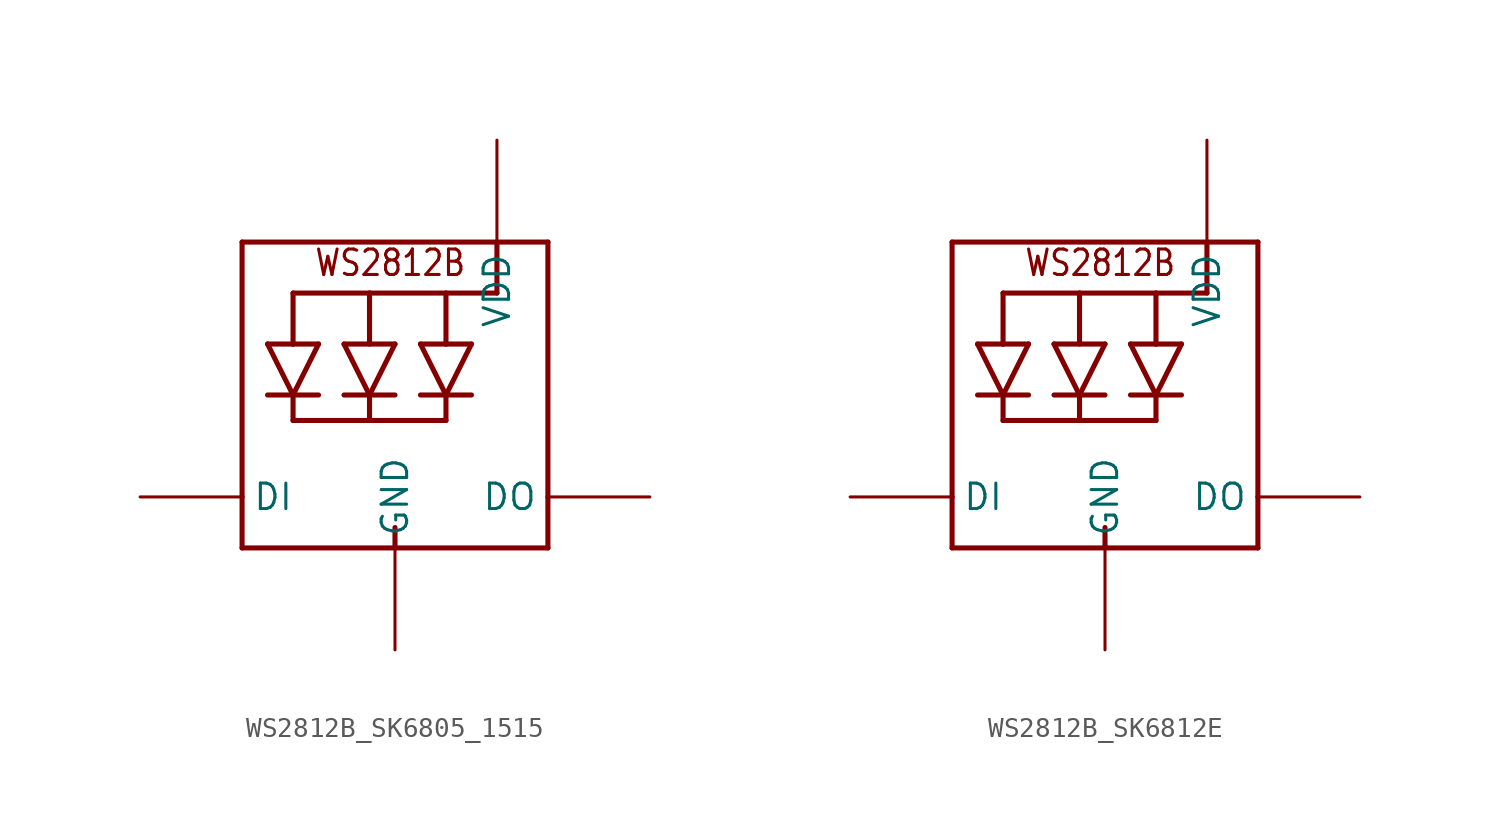
<source format=kicad_sym>
(kicad_symbol_lib
  (version 20231120)
  (generator "kicad_symbol_editor")
  (generator_version "8.0")
  (symbol "WS2812B_SK6805_1515"
    (property "Reference" "LED"
      (at 0 0 0)
      (effects (font (size 1.27 1.27)) (hide yes)))
    (property "ki_locked" ""
      (at 0 0 0)
      (effects (font (size 1.27 1.27))))
    (symbol "WS2812B_SK6805_1515_1_0"
      (polyline (pts (xy -7.62 -5.08) (xy 0 -5.08)) (stroke (width 0.254) (type solid)) (fill (type none)))
      (polyline (pts (xy -7.62 -2.54) (xy -7.62 -5.08)) (stroke (width 0.254) (type solid)) (fill (type none)))
      (polyline (pts (xy -7.62 10.16) (xy -7.62 -2.54)) (stroke (width 0.254) (type solid)) (fill (type none)))
      (polyline (pts (xy -6.35 2.54) (xy -5.08 2.54)) (stroke (width 0.254) (type solid)) (fill (type none)))
      (polyline (pts (xy -6.35 5.08) (xy -5.08 5.08)) (stroke (width 0.254) (type solid)) (fill (type none)))
      (polyline (pts (xy -5.08 2.54) (xy -6.35 5.08)) (stroke (width 0.254) (type solid)) (fill (type none)))
      (polyline (pts (xy -5.08 2.54) (xy -5.08 1.27)) (stroke (width 0.254) (type solid)) (fill (type none)))
      (polyline (pts (xy -5.08 2.54) (xy -3.81 5.08)) (stroke (width 0.254) (type solid)) (fill (type none)))
      (polyline (pts (xy -5.08 5.08) (xy -3.81 5.08)) (stroke (width 0.254) (type solid)) (fill (type none)))
      (polyline (pts (xy -5.08 7.62) (xy -5.08 5.08)) (stroke (width 0.254) (type solid)) (fill (type none)))
      (polyline (pts (xy -3.81 2.54) (xy -5.08 2.54)) (stroke (width 0.254) (type solid)) (fill (type none)))
      (polyline (pts (xy -2.54 2.54) (xy -1.27 2.54)) (stroke (width 0.254) (type solid)) (fill (type none)))
      (polyline (pts (xy -2.54 5.08) (xy 0 5.08)) (stroke (width 0.254) (type solid)) (fill (type none)))
      (polyline (pts (xy -1.27 1.27) (xy -5.08 1.27)) (stroke (width 0.254) (type solid)) (fill (type none)))
      (polyline (pts (xy -1.27 2.54) (xy -2.54 5.08)) (stroke (width 0.254) (type solid)) (fill (type none)))
      (polyline (pts (xy -1.27 2.54) (xy -1.27 1.27)) (stroke (width 0.254) (type solid)) (fill (type none)))
      (polyline (pts (xy -1.27 2.54) (xy 0 2.54)) (stroke (width 0.254) (type solid)) (fill (type none)))
      (polyline (pts (xy -1.27 5.08) (xy -1.27 7.62)) (stroke (width 0.254) (type solid)) (fill (type none)))
      (polyline (pts (xy -1.27 7.62) (xy -5.08 7.62)) (stroke (width 0.254) (type solid)) (fill (type none)))
      (polyline (pts (xy 0 -5.08) (xy 7.62 -5.08)) (stroke (width 0.254) (type solid)) (fill (type none)))
      (polyline (pts (xy 0 -4.064) (xy 0 -5.08)) (stroke (width 0.254) (type solid)) (fill (type none)))
      (polyline (pts (xy 0 5.08) (xy -1.27 2.54)) (stroke (width 0.254) (type solid)) (fill (type none)))
      (polyline (pts (xy 1.27 5.08) (xy 2.54 2.54)) (stroke (width 0.254) (type solid)) (fill (type none)))
      (polyline (pts (xy 1.27 5.08) (xy 2.54 5.08)) (stroke (width 0.254) (type solid)) (fill (type none)))
      (polyline (pts (xy 2.54 1.27) (xy -1.27 1.27)) (stroke (width 0.254) (type solid)) (fill (type none)))
      (polyline (pts (xy 2.54 2.54) (xy 1.27 2.54)) (stroke (width 0.254) (type solid)) (fill (type none)))
      (polyline (pts (xy 2.54 2.54) (xy 2.54 1.27)) (stroke (width 0.254) (type solid)) (fill (type none)))
      (polyline (pts (xy 2.54 2.54) (xy 3.81 2.54)) (stroke (width 0.254) (type solid)) (fill (type none)))
      (polyline (pts (xy 2.54 2.54) (xy 3.81 5.08)) (stroke (width 0.254) (type solid)) (fill (type none)))
      (polyline (pts (xy 2.54 5.08) (xy 2.54 7.62)) (stroke (width 0.254) (type solid)) (fill (type none)))
      (polyline (pts (xy 2.54 7.62) (xy -1.27 7.62)) (stroke (width 0.254) (type solid)) (fill (type none)))
      (polyline (pts (xy 2.54 7.62) (xy 5.08 7.62)) (stroke (width 0.254) (type solid)) (fill (type none)))
      (polyline (pts (xy 3.81 5.08) (xy 2.54 5.08)) (stroke (width 0.254) (type solid)) (fill (type none)))
      (polyline (pts (xy 5.08 10.16) (xy -7.62 10.16)) (stroke (width 0.254) (type solid)) (fill (type none)))
      (polyline (pts (xy 5.08 10.16) (xy 5.08 7.62)) (stroke (width 0.254) (type solid)) (fill (type none)))
      (polyline (pts (xy 7.62 -5.08) (xy 7.62 -2.54)) (stroke (width 0.254) (type solid)) (fill (type none)))
      (polyline (pts (xy 7.62 -2.54) (xy 7.62 10.16)) (stroke (width 0.254) (type solid)) (fill (type none)))
      (polyline (pts (xy 7.62 10.16) (xy 5.08 10.16)) (stroke (width 0.254) (type solid)) (fill (type none)))
      (text "WS2812B" (at -4.064 8.382 0) (effects (font (size 1.27 1.079)) (justify left bottom)))
      (pin input line (at -12.7 -2.54 0) (length 5.08) (name "DI" (effects (font (size 1.27 1.27)))) (number "1" (effects (font (size 0 0)))))
      (pin power_in line (at 5.08 15.24 270) (length 5.08) (name "VDD" (effects (font (size 1.27 1.27)))) (number "2" (effects (font (size 0 0)))))
      (pin output line (at 12.7 -2.54 180) (length 5.08) (name "DO" (effects (font (size 1.27 1.27)))) (number "3" (effects (font (size 0 0)))))
      (pin power_in line (at 0 -10.16 90) (length 5.08) (name "GND" (effects (font (size 1.27 1.27)))) (number "4" (effects (font (size 0 0)))))))
  (symbol "WS2812B_SK6812E"
    (property "Reference" "LED"
      (at 0 0 0)
      (effects (font (size 1.27 1.27)) (hide yes)))
    (property "ki_locked" ""
      (at 0 0 0)
      (effects (font (size 1.27 1.27))))
    (symbol "WS2812B_SK6812E_1_0"
      (polyline (pts (xy -7.62 -5.08) (xy 0 -5.08)) (stroke (width 0.254) (type solid)) (fill (type none)))
      (polyline (pts (xy -7.62 -2.54) (xy -7.62 -5.08)) (stroke (width 0.254) (type solid)) (fill (type none)))
      (polyline (pts (xy -7.62 10.16) (xy -7.62 -2.54)) (stroke (width 0.254) (type solid)) (fill (type none)))
      (polyline (pts (xy -6.35 2.54) (xy -5.08 2.54)) (stroke (width 0.254) (type solid)) (fill (type none)))
      (polyline (pts (xy -6.35 5.08) (xy -5.08 5.08)) (stroke (width 0.254) (type solid)) (fill (type none)))
      (polyline (pts (xy -5.08 2.54) (xy -6.35 5.08)) (stroke (width 0.254) (type solid)) (fill (type none)))
      (polyline (pts (xy -5.08 2.54) (xy -5.08 1.27)) (stroke (width 0.254) (type solid)) (fill (type none)))
      (polyline (pts (xy -5.08 2.54) (xy -3.81 5.08)) (stroke (width 0.254) (type solid)) (fill (type none)))
      (polyline (pts (xy -5.08 5.08) (xy -3.81 5.08)) (stroke (width 0.254) (type solid)) (fill (type none)))
      (polyline (pts (xy -5.08 7.62) (xy -5.08 5.08)) (stroke (width 0.254) (type solid)) (fill (type none)))
      (polyline (pts (xy -3.81 2.54) (xy -5.08 2.54)) (stroke (width 0.254) (type solid)) (fill (type none)))
      (polyline (pts (xy -2.54 2.54) (xy -1.27 2.54)) (stroke (width 0.254) (type solid)) (fill (type none)))
      (polyline (pts (xy -2.54 5.08) (xy 0 5.08)) (stroke (width 0.254) (type solid)) (fill (type none)))
      (polyline (pts (xy -1.27 1.27) (xy -5.08 1.27)) (stroke (width 0.254) (type solid)) (fill (type none)))
      (polyline (pts (xy -1.27 2.54) (xy -2.54 5.08)) (stroke (width 0.254) (type solid)) (fill (type none)))
      (polyline (pts (xy -1.27 2.54) (xy -1.27 1.27)) (stroke (width 0.254) (type solid)) (fill (type none)))
      (polyline (pts (xy -1.27 2.54) (xy 0 2.54)) (stroke (width 0.254) (type solid)) (fill (type none)))
      (polyline (pts (xy -1.27 5.08) (xy -1.27 7.62)) (stroke (width 0.254) (type solid)) (fill (type none)))
      (polyline (pts (xy -1.27 7.62) (xy -5.08 7.62)) (stroke (width 0.254) (type solid)) (fill (type none)))
      (polyline (pts (xy 0 -5.08) (xy 7.62 -5.08)) (stroke (width 0.254) (type solid)) (fill (type none)))
      (polyline (pts (xy 0 -4.064) (xy 0 -5.08)) (stroke (width 0.254) (type solid)) (fill (type none)))
      (polyline (pts (xy 0 5.08) (xy -1.27 2.54)) (stroke (width 0.254) (type solid)) (fill (type none)))
      (polyline (pts (xy 1.27 5.08) (xy 2.54 2.54)) (stroke (width 0.254) (type solid)) (fill (type none)))
      (polyline (pts (xy 1.27 5.08) (xy 2.54 5.08)) (stroke (width 0.254) (type solid)) (fill (type none)))
      (polyline (pts (xy 2.54 1.27) (xy -1.27 1.27)) (stroke (width 0.254) (type solid)) (fill (type none)))
      (polyline (pts (xy 2.54 2.54) (xy 1.27 2.54)) (stroke (width 0.254) (type solid)) (fill (type none)))
      (polyline (pts (xy 2.54 2.54) (xy 2.54 1.27)) (stroke (width 0.254) (type solid)) (fill (type none)))
      (polyline (pts (xy 2.54 2.54) (xy 3.81 2.54)) (stroke (width 0.254) (type solid)) (fill (type none)))
      (polyline (pts (xy 2.54 2.54) (xy 3.81 5.08)) (stroke (width 0.254) (type solid)) (fill (type none)))
      (polyline (pts (xy 2.54 5.08) (xy 2.54 7.62)) (stroke (width 0.254) (type solid)) (fill (type none)))
      (polyline (pts (xy 2.54 7.62) (xy -1.27 7.62)) (stroke (width 0.254) (type solid)) (fill (type none)))
      (polyline (pts (xy 2.54 7.62) (xy 5.08 7.62)) (stroke (width 0.254) (type solid)) (fill (type none)))
      (polyline (pts (xy 3.81 5.08) (xy 2.54 5.08)) (stroke (width 0.254) (type solid)) (fill (type none)))
      (polyline (pts (xy 5.08 10.16) (xy -7.62 10.16)) (stroke (width 0.254) (type solid)) (fill (type none)))
      (polyline (pts (xy 5.08 10.16) (xy 5.08 7.62)) (stroke (width 0.254) (type solid)) (fill (type none)))
      (polyline (pts (xy 7.62 -5.08) (xy 7.62 -2.54)) (stroke (width 0.254) (type solid)) (fill (type none)))
      (polyline (pts (xy 7.62 -2.54) (xy 7.62 10.16)) (stroke (width 0.254) (type solid)) (fill (type none)))
      (polyline (pts (xy 7.62 10.16) (xy 5.08 10.16)) (stroke (width 0.254) (type solid)) (fill (type none)))
      (text "WS2812B" (at -4.064 8.382 0) (effects (font (size 1.27 1.079)) (justify left bottom)))
      (pin power_in line (at 5.08 15.24 270) (length 5.08) (name "VDD" (effects (font (size 1.27 1.27)))) (number "1-VDD" (effects (font (size 0 0)))))
      (pin output line (at 12.7 -2.54 180) (length 5.08) (name "DO" (effects (font (size 1.27 1.27)))) (number "2-DOUT" (effects (font (size 0 0)))))
      (pin power_in line (at 0 -10.16 90) (length 5.08) (name "GND" (effects (font (size 1.27 1.27)))) (number "3-GND" (effects (font (size 0 0)))))
      (pin input line (at -12.7 -2.54 0) (length 5.08) (name "DI" (effects (font (size 1.27 1.27)))) (number "4-DIN" (effects (font (size 0 0))))))))
</source>
